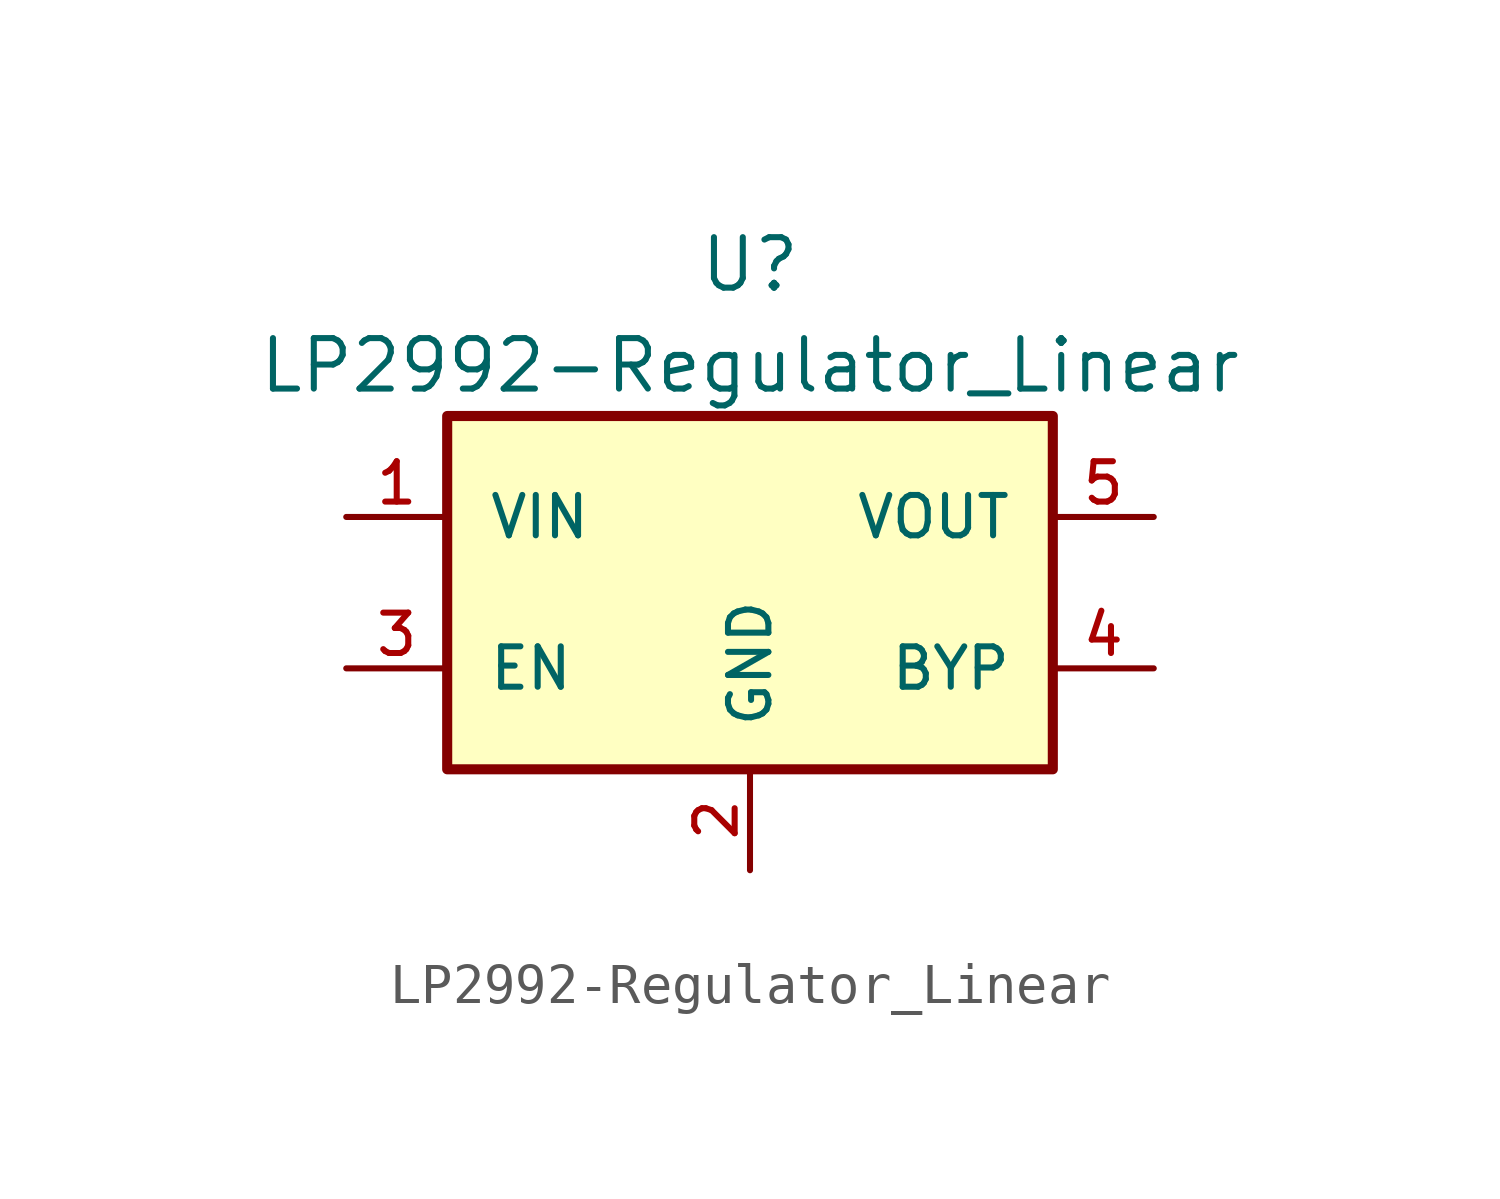
<source format=kicad_sym>
(kicad_symbol_lib
  (version 20211014)
  (generator kicad_symbol_editor)
  (symbol "LP2992-Regulator_Linear"
    (pin_names
      (offset 1.016))
    (property "Reference" "U"
      (at 0 7.62 0)
      (effects (font (size 1.27 1.27))))
    (property "Value" "LP2992-Regulator_Linear"
      (at 0 5.08 0)
      (effects (font (size 1.27 1.27))))
    (property "Datasheet" ""
      (at 0 0 0)
      (effects (font (size 1.27 1.27))))
    (symbol "LP2992-Regulator_Linear_0_1"
      (rectangle (start -7.62 3.81) (end 7.62 -5.08) (stroke (width 0.254) (type default) (color 0 0 0 0)) (fill (type background))))
    (symbol "LP2992-Regulator_Linear_1_1"
      (pin power_in line (at -10.16 1.27 0) (length 2.54) (name "VIN" (effects (font (size 1.016 1.016)))) (number "1" (effects (font (size 1.016 1.016)))))
      (pin power_in line (at 0 -7.62 90) (length 2.54) (name "GND" (effects (font (size 1.016 1.016)))) (number "2" (effects (font (size 1.016 1.016)))))
      (pin input line (at -10.16 -2.54 0) (length 2.54) (name "EN" (effects (font (size 1.016 1.016)))) (number "3" (effects (font (size 1.016 1.016)))))
      (pin passive line (at 10.16 -2.54 180) (length 2.54) (name "BYP" (effects (font (size 1.016 1.016)))) (number "4" (effects (font (size 1.016 1.016)))))
      (pin power_out line (at 10.16 1.27 180) (length 2.54) (name "VOUT" (effects (font (size 1.016 1.016)))) (number "5" (effects (font (size 1.016 1.016))))))))
</source>
